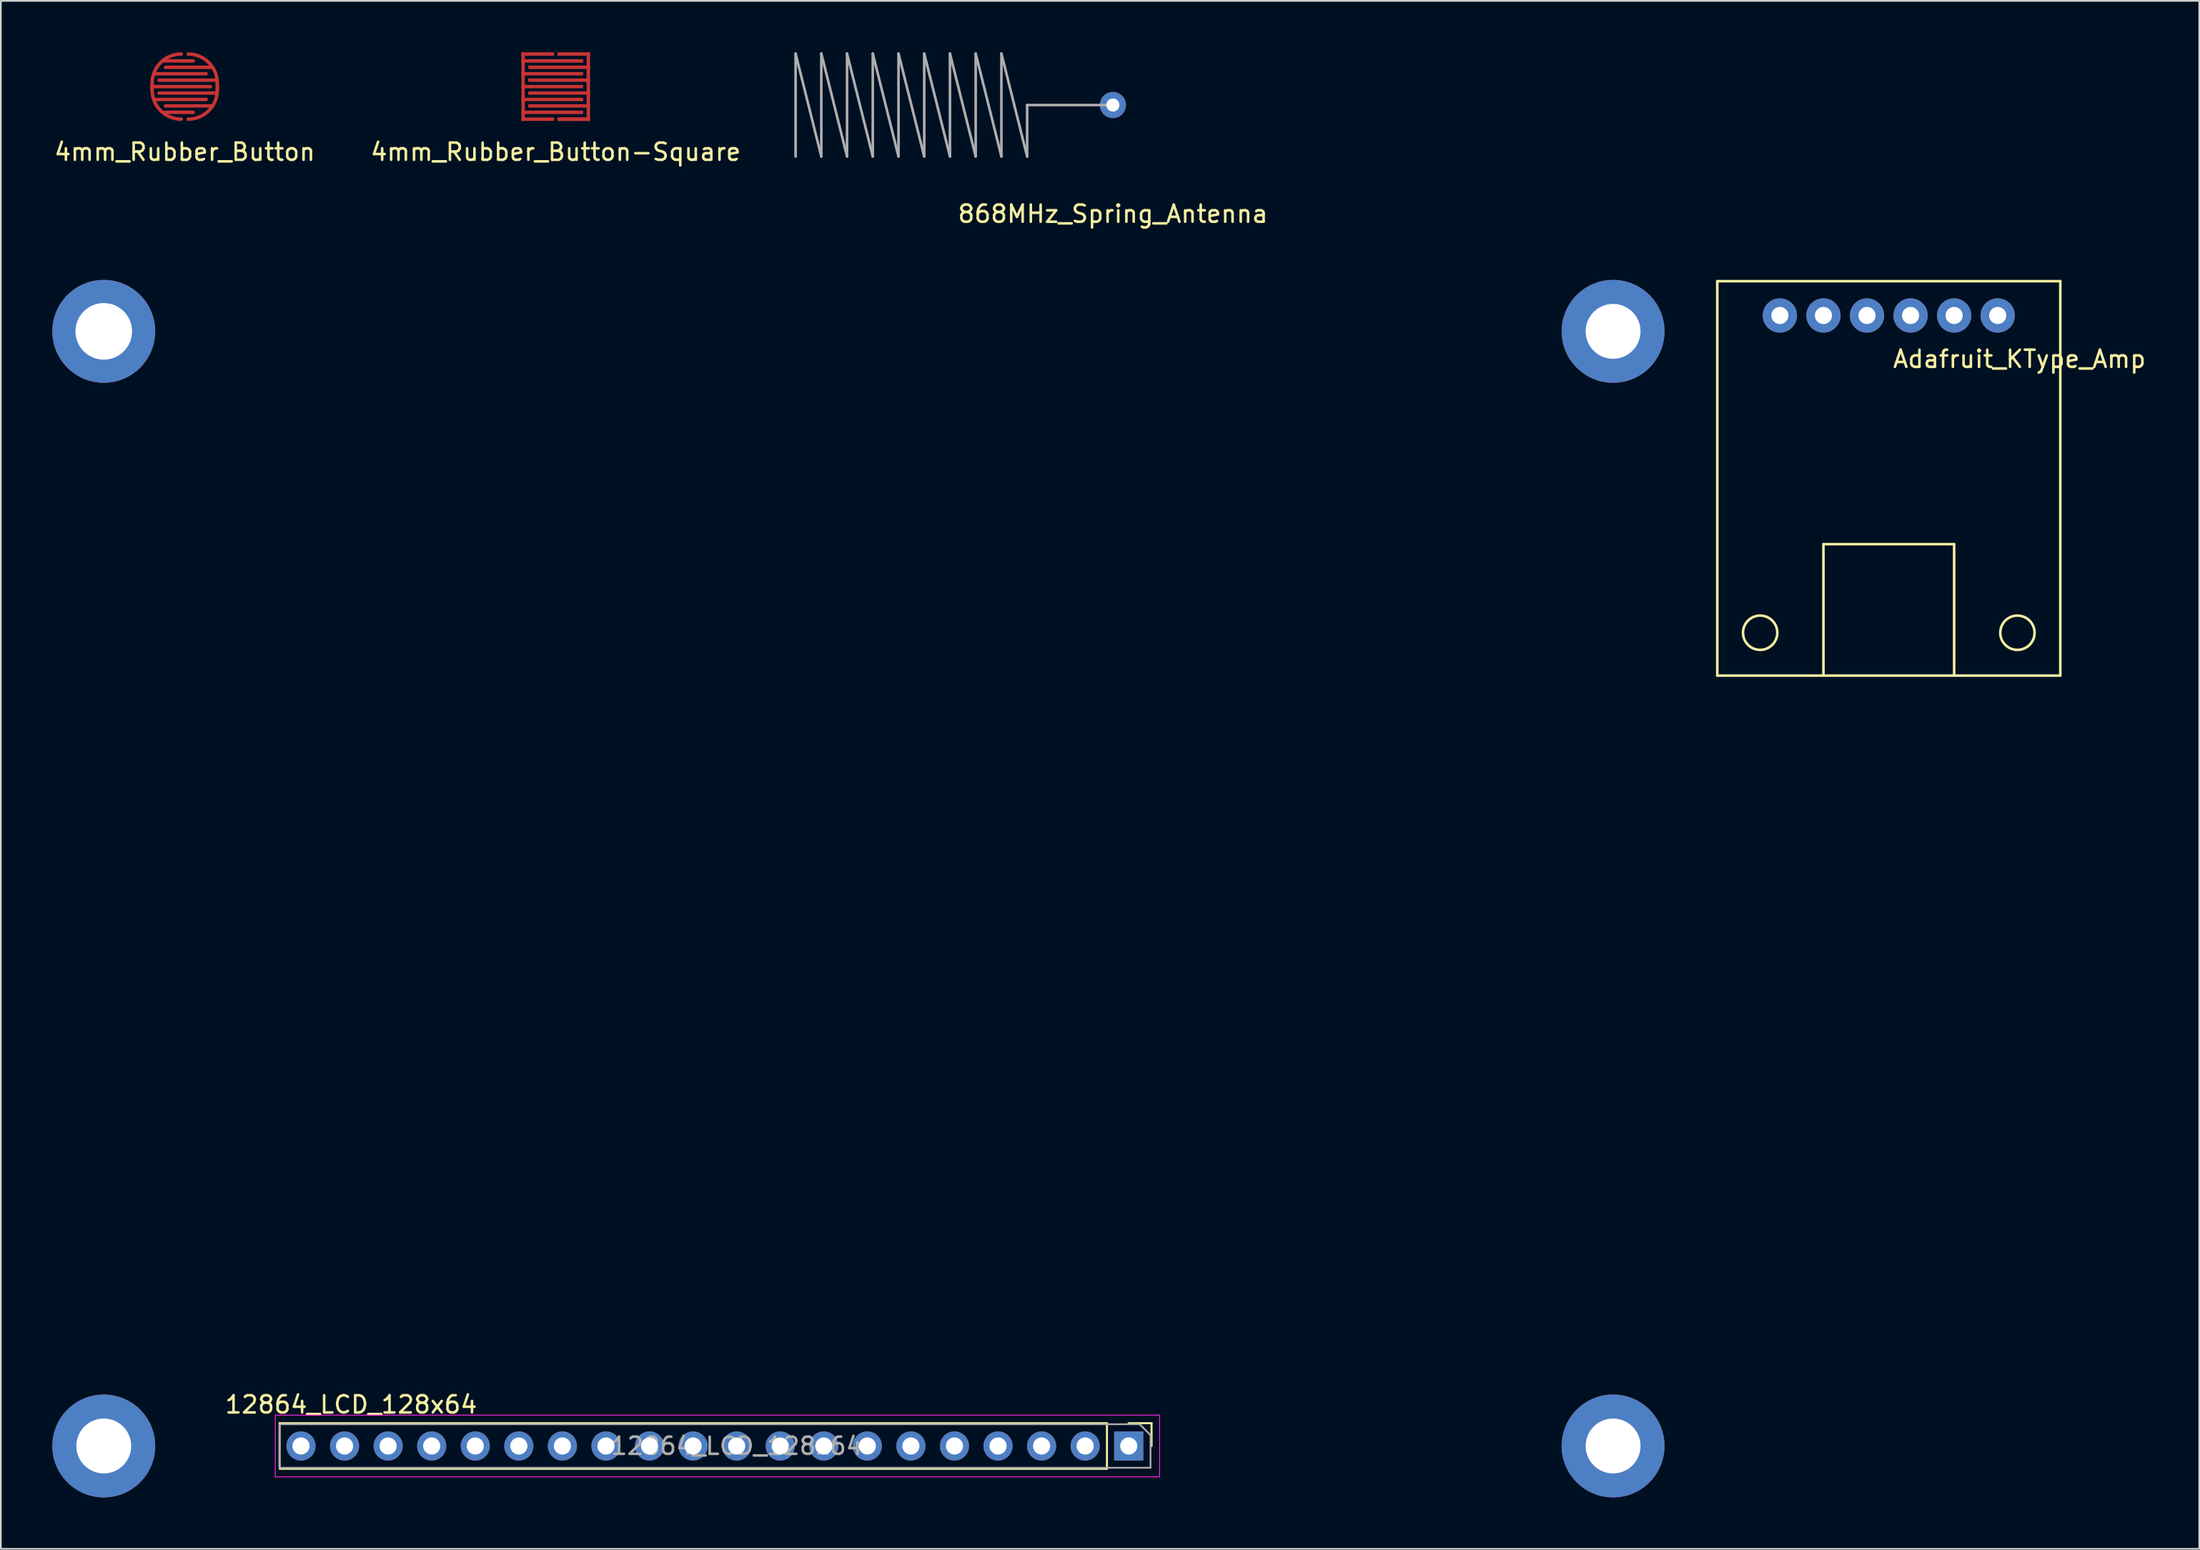
<source format=kicad_pcb>
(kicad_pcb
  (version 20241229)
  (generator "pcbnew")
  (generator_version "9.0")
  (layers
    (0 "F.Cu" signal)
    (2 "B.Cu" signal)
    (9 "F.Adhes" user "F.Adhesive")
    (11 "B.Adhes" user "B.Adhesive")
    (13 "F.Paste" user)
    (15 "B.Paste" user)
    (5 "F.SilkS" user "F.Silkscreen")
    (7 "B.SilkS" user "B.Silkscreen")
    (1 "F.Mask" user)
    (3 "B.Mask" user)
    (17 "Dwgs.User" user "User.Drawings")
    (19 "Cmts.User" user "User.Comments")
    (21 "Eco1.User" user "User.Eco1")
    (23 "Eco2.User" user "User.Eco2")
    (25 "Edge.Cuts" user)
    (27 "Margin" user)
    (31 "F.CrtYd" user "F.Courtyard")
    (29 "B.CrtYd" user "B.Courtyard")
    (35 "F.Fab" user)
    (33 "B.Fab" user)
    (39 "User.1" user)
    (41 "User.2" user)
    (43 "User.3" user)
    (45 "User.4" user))
  (footprint "Adafruit_KType_Amp"
    (layer "F.Cu")
    (at 107.075 15.348)
    (property "Reference" "Adafruit_KType_Amp" (at 7.62 2.54 0) (layer "F.SilkS") (effects (font (size 1 1) (thickness 0.15))))
    (attr through_hole)
    (fp_line (start -10 -2) (end 10 -2) (stroke (width 0.15) (type solid)) (layer "F.SilkS"))
    (fp_line (start -10 21) (end -10 -2) (stroke (width 0.15) (type solid)) (layer "F.SilkS"))
    (fp_line (start -3.81 13.335) (end 3.81 13.335) (stroke (width 0.15) (type solid)) (layer "F.SilkS"))
    (fp_line (start -3.81 20.955) (end -3.81 13.335) (stroke (width 0.15) (type solid)) (layer "F.SilkS"))
    (fp_line (start 3.81 13.335) (end 3.81 20.955) (stroke (width 0.15) (type solid)) (layer "F.SilkS"))
    (fp_line (start 10 -2) (end 10 21) (stroke (width 0.15) (type solid)) (layer "F.SilkS"))
    (fp_line (start 10 21) (end -10 21) (stroke (width 0.15) (type solid)) (layer "F.SilkS"))
    (fp_circle (center -7.5 18.5) (end -6.5 18.5) (stroke (width 0.15) (type solid)) (fill no) (layer "F.SilkS"))
    (fp_circle (center 7.5 18.5) (end 8.5 18.5) (stroke (width 0.15) (type solid)) (fill no) (layer "F.SilkS"))
    (pad "1" thru_hole circle (at -6.35 0) (size 2 2) (drill 1) (layers "*.Cu" "*.Mask"))
    (pad "2" thru_hole circle (at -3.81 0) (size 2 2) (drill 1) (layers "*.Cu" "*.Mask"))
    (pad "3" thru_hole circle (at -1.27 0) (size 2 2) (drill 1) (layers "*.Cu" "*.Mask"))
    (pad "4" thru_hole circle (at 1.27 0) (size 2 2) (drill 1) (layers "*.Cu" "*.Mask"))
    (pad "5" thru_hole circle (at 3.81 0) (size 2 2) (drill 1) (layers "*.Cu" "*.Mask"))
    (pad "6" thru_hole circle (at 6.35 0) (size 2 2) (drill 1) (layers "*.Cu" "*.Mask")))
  (footprint "868MHz_Spring_Antenna"
    (layer "F.Cu")
    (at 61.837 3.075)
    (property "Reference" "868MHz_Spring_Antenna" (at 0 6.35 0) (layer "F.SilkS") (effects (font (size 1 1) (thickness 0.15))))
    (attr through_hole)
    (fp_line (start -18.5 -3) (end -18.5 3) (stroke (width 0.15) (type solid)) (layer "F.Fab"))
    (fp_line (start -17 -3) (end -17 3) (stroke (width 0.15) (type solid)) (layer "F.Fab"))
    (fp_line (start -17 3) (end -18.5 -3) (stroke (width 0.15) (type solid)) (layer "F.Fab"))
    (fp_line (start -15.5 -3) (end -15.5 3) (stroke (width 0.15) (type solid)) (layer "F.Fab"))
    (fp_line (start -15.5 3) (end -17 -3) (stroke (width 0.15) (type solid)) (layer "F.Fab"))
    (fp_line (start -14 -3) (end -14 3) (stroke (width 0.15) (type solid)) (layer "F.Fab"))
    (fp_line (start -14 3) (end -15.5 -3) (stroke (width 0.15) (type solid)) (layer "F.Fab"))
    (fp_line (start -12.5 -3) (end -12.5 3) (stroke (width 0.15) (type solid)) (layer "F.Fab"))
    (fp_line (start -12.5 3) (end -14 -3) (stroke (width 0.15) (type solid)) (layer "F.Fab"))
    (fp_line (start -11 -3) (end -11 3) (stroke (width 0.15) (type solid)) (layer "F.Fab"))
    (fp_line (start -11 3) (end -12.5 -3) (stroke (width 0.15) (type solid)) (layer "F.Fab"))
    (fp_line (start -9.5 -3) (end -9.5 3) (stroke (width 0.15) (type solid)) (layer "F.Fab"))
    (fp_line (start -9.5 3) (end -11 -3) (stroke (width 0.15) (type solid)) (layer "F.Fab"))
    (fp_line (start -8 -3) (end -8 3) (stroke (width 0.15) (type solid)) (layer "F.Fab"))
    (fp_line (start -8 3) (end -9.5 -3) (stroke (width 0.15) (type solid)) (layer "F.Fab"))
    (fp_line (start -6.5 -3) (end -6.5 3) (stroke (width 0.15) (type solid)) (layer "F.Fab"))
    (fp_line (start -6.5 3) (end -8 -3) (stroke (width 0.15) (type solid)) (layer "F.Fab"))
    (fp_line (start -5 0) (end -5 3) (stroke (width 0.15) (type solid)) (layer "F.Fab"))
    (fp_line (start -5 0) (end 0 0) (stroke (width 0.15) (type solid)) (layer "F.Fab"))
    (fp_line (start -5 3) (end -6.5 -3) (stroke (width 0.15) (type solid)) (layer "F.Fab"))
    (pad "1" thru_hole circle (at 0 0) (size 1.524 1.524) (drill 0.762) (layers "*.Cu" "*.Mask")))
  (footprint "4mm_Rubber_Button"
    (layer "F.Cu")
    (at 7.72 2)
    (property "Reference" "4mm_Rubber_Button" (at 0 3.81 0) (layer "F.SilkS") (effects (font (size 1 1) (thickness 0.15))))
    (attr through_hole)
    (fp_line (start -1.9 0) (end 1.5 0) (stroke (width 0.2) (type solid)) (layer "F.Cu"))
    (fp_line (start -1.9 0.2) (end -1.9 -0.2) (stroke (width 0.2) (type solid)) (layer "F.Cu"))
    (fp_line (start -1.75 0.75) (end 1.25 0.75) (stroke (width 0.2) (type solid)) (layer "F.Cu"))
    (fp_line (start -1.25 -1.5) (end 0.5 -1.5) (stroke (width 0.2) (type solid)) (layer "F.Cu"))
    (fp_line (start -1.25 1.5) (end 0.5 1.5) (stroke (width 0.2) (type solid)) (layer "F.Cu"))
    (fp_line (start 1.25 -0.75) (end -1.75 -0.75) (stroke (width 0.2) (type solid)) (layer "F.Cu"))
    (fp_line (start 1.625 -1.125) (end -1.125 -1.125) (stroke (width 0.2) (type solid)) (layer "F.Cu"))
    (fp_line (start 1.625 1.125) (end -1.125 1.125) (stroke (width 0.2) (type solid)) (layer "F.Cu"))
    (fp_line (start 1.8 -0.375) (end -1.5 -0.375) (stroke (width 0.2) (type solid)) (layer "F.Cu"))
    (fp_line (start 1.8 0.375) (end -1.5 0.375) (stroke (width 0.2) (type solid)) (layer "F.Cu"))
    (fp_line (start 1.9 -0.2) (end 1.9 0.2) (stroke (width 0.2) (type solid)) (layer "F.Cu"))
    (fp_arc (start -1.9 -0.2) (mid -1.402082 -1.402082) (end -0.2 -1.9) (stroke (width 0.2) (type solid)) (layer "F.Cu"))
    (fp_arc (start -0.2 1.9) (mid -1.402082 1.402082) (end -1.9 0.2) (stroke (width 0.2) (type solid)) (layer "F.Cu"))
    (fp_arc (start 0.2 -1.9) (mid 1.402082 -1.402082) (end 1.9 -0.2) (stroke (width 0.2) (type solid)) (layer "F.Cu"))
    (fp_arc (start 1.9 0.2) (mid 1.402082 1.402082) (end 0.2 1.9) (stroke (width 0.2) (type solid)) (layer "F.Cu"))
    (fp_poly (pts (xy 0.38 -1.951) (xy 0.746 -1.838) (xy 1.09 -1.651) (xy 1.397 -1.397) (xy 1.657 -1.082) (xy 1.842 -0.736) (xy 1.953 -0.371) (xy 1.989 0.005) (xy 1.951 0.38) (xy 1.838 0.746) (xy 1.651 1.09) (xy 1.397 1.397) (xy 1.083 1.655) (xy 0.734 1.841) (xy 0.359 1.953) (xy -0.03 1.988) (xy -0.422 1.943) (xy -0.504 1.923) (xy -0.876 1.78) (xy -1.213 1.562) (xy -1.397 1.397) (xy -1.657 1.082) (xy -1.842 0.736) (xy -1.953 0.371) (xy -1.989 -0.005) (xy -1.951 -0.38) (xy -1.838 -0.746) (xy -1.651 -1.09) (xy -1.397 -1.397) (xy -1.082 -1.657) (xy -0.736 -1.842) (xy -0.371 -1.953) (xy 0.005 -1.989) (xy 0.38 -1.951)) (stroke (width 0.01) (type solid)) (fill yes) (layer "F.Mask"))
    (pad "1" smd rect (at -1.9 0) (size 0.2 0.4) (layers "F.Cu" "F.Mask" "F.Paste"))
    (pad "2" smd rect (at 1.9 0) (size 0.2 0.4) (layers "F.Cu" "F.Mask" "F.Paste")))
  (footprint "4mm_Rubber_Button-Square"
    (layer "F.Cu")
    (at 29.351 2)
    (property "Reference" "4mm_Rubber_Button-Square" (at 0 3.81 0) (layer "F.SilkS") (effects (font (size 1 1) (thickness 0.15))))
    (attr through_hole)
    (fp_poly (pts (xy 0.38 -1.951) (xy 0.746 -1.838) (xy 1.09 -1.651) (xy 1.397 -1.397) (xy 1.657 -1.082) (xy 1.842 -0.736) (xy 1.953 -0.371) (xy 1.989 0.005) (xy 1.951 0.38) (xy 1.838 0.746) (xy 1.651 1.09) (xy 1.397 1.397) (xy 1.083 1.655) (xy 0.734 1.841) (xy 0.359 1.953) (xy -0.03 1.988) (xy -0.422 1.943) (xy -0.504 1.923) (xy -0.876 1.78) (xy -1.213 1.562) (xy -1.397 1.397) (xy -1.657 1.082) (xy -1.842 0.736) (xy -1.953 0.371) (xy -1.989 -0.005) (xy -1.951 -0.38) (xy -1.838 -0.746) (xy -1.651 -1.09) (xy -1.397 -1.397) (xy -1.082 -1.657) (xy -0.736 -1.842) (xy -0.371 -1.953) (xy 0.005 -1.989) (xy 0.38 -1.951)) (stroke (width 0.01) (type solid)) (fill yes) (layer "F.Mask"))
    (pad "1" smd rect (at -1.9 0 90) (size 4 0.2) (layers "F.Cu" "F.Mask" "F.Paste"))
    (pad "1" smd rect (at -1.05 -1.9) (size 1.9 0.2) (layers "F.Cu" "F.Mask" "F.Paste"))
    (pad "1" smd rect (at -1.05 1.9) (size 1.9 0.2) (layers "F.Cu" "F.Mask" "F.Paste"))
    (pad "1" smd rect (at -0.2 -1.5) (size 3.6 0.2) (layers "F.Cu" "F.Mask" "F.Paste"))
    (pad "1" smd rect (at -0.2 -0.75) (size 3.6 0.2) (layers "F.Cu" "F.Mask" "F.Paste"))
    (pad "1" smd rect (at -0.2 0) (size 3.6 0.2) (layers "F.Cu" "F.Mask" "F.Paste"))
    (pad "1" smd rect (at -0.2 0.75) (size 3.6 0.2) (layers "F.Cu" "F.Mask" "F.Paste"))
    (pad "1" smd rect (at -0.2 1.5) (size 3.6 0.2) (layers "F.Cu" "F.Mask" "F.Paste"))
    (pad "2" smd rect (at 0.2 -1.125) (size 3.6 0.2) (layers "F.Cu" "F.Mask" "F.Paste"))
    (pad "2" smd rect (at 0.2 -0.375) (size 3.6 0.2) (layers "F.Cu" "F.Mask" "F.Paste"))
    (pad "2" smd rect (at 0.2 0.375) (size 3.6 0.2) (layers "F.Cu" "F.Mask" "F.Paste"))
    (pad "2" smd rect (at 0.2 1.125) (size 3.6 0.2) (layers "F.Cu" "F.Mask" "F.Paste"))
    (pad "2" smd rect (at 1.05 -1.9) (size 1.9 0.2) (layers "F.Cu" "F.Mask" "F.Paste"))
    (pad "2" smd rect (at 1.05 1.9) (size 1.9 0.2) (layers "F.Cu" "F.Mask" "F.Paste"))
    (pad "2" smd rect (at 1.05 1.9) (size 1.9 0.2) (layers "F.Cu" "F.Mask" "F.Paste"))
    (pad "2" smd rect (at 1.9 0 270) (size 4 0.2) (layers "F.Cu" "F.Mask" "F.Paste")))
  (footprint "12864_LCD_128x64"
    (layer "F.Cu")
    (at 47 48.773)
    (property "Reference" "12864_LCD_128x64" (at -29.579 30.087 0) (layer "F.SilkS") (effects (font (size 1 1) (thickness 0.15))))
    (attr through_hole)
    (fp_line (start -33.75 31.171) (end -33.75 33.75) (stroke (width 0.12) (type solid)) (layer "F.SilkS"))
    (fp_line (start 14.49 31.171) (end -33.75 31.171) (stroke (width 0.12) (type solid)) (layer "F.SilkS"))
    (fp_line (start 14.49 31.171) (end 14.49 33.831) (stroke (width 0.12) (type solid)) (layer "F.SilkS"))
    (fp_line (start 14.49 33.831) (end -33.74 33.831) (stroke (width 0.12) (type solid)) (layer "F.SilkS"))
    (fp_line (start 15.76 31.171) (end 17.09 31.171) (stroke (width 0.12) (type solid)) (layer "F.SilkS"))
    (fp_line (start 17.09 31.171) (end 17.09 32.501) (stroke (width 0.12) (type solid)) (layer "F.SilkS"))
    (fp_line (start -34 30.701) (end -34 34.301) (stroke (width 0.05) (type solid)) (layer "F.CrtYd"))
    (fp_line (start -34 34.301) (end 17.56 34.301) (stroke (width 0.05) (type solid)) (layer "F.CrtYd"))
    (fp_line (start 17.56 30.701) (end -34 30.701) (stroke (width 0.05) (type solid)) (layer "F.CrtYd"))
    (fp_line (start 17.56 34.301) (end 17.56 30.701) (stroke (width 0.05) (type solid)) (layer "F.CrtYd"))
    (fp_line (start -33.75 31.231) (end 16.395 31.231) (stroke (width 0.1) (type solid)) (layer "F.Fab"))
    (fp_line (start -33.75 33.75) (end -33.75 31.25) (stroke (width 0.1) (type solid)) (layer "F.Fab"))
    (fp_line (start 16.395 31.231) (end 17.03 31.866) (stroke (width 0.1) (type solid)) (layer "F.Fab"))
    (fp_line (start 17.03 31.866) (end 17.03 33.771) (stroke (width 0.1) (type solid)) (layer "F.Fab"))
    (fp_line (start 17.03 33.771) (end -33.75 33.771) (stroke (width 0.1) (type solid)) (layer "F.Fab"))
    (fp_text user "${REFERENCE}" (at -7.1 32.501 0) (layer "F.Fab") (effects (font (size 1 1) (thickness 0.15))))
    (pad "" np_thru_hole circle (at -44 -32.5 90) (size 6 6) (drill 3.3) (layers "*.Cu" "*.Mask"))
    (pad "" np_thru_hole circle (at -44 32.5 90) (size 6 6) (drill 3.2) (layers "*.Cu" "*.Mask"))
    (pad "" np_thru_hole circle (at 44 -32.5 90) (size 6 6) (drill 3.2) (layers "*.Cu" "*.Mask"))
    (pad "" np_thru_hole circle (at 44 32.5 90) (size 6 6) (drill 3.2) (layers "*.Cu" "*.Mask"))
    (pad "1" thru_hole rect (at 15.76 32.501 270) (size 1.7 1.7) (drill 1) (layers "*.Cu" "*.Mask"))
    (pad "2" thru_hole oval (at 13.22 32.501 270) (size 1.7 1.7) (drill 1) (layers "*.Cu" "*.Mask"))
    (pad "3" thru_hole oval (at 10.68 32.501 270) (size 1.7 1.7) (drill 1) (layers "*.Cu" "*.Mask"))
    (pad "4" thru_hole oval (at 8.14 32.501 270) (size 1.7 1.7) (drill 1) (layers "*.Cu" "*.Mask"))
    (pad "5" thru_hole oval (at 5.6 32.501 270) (size 1.7 1.7) (drill 1) (layers "*.Cu" "*.Mask"))
    (pad "6" thru_hole oval (at 3.06 32.501 270) (size 1.7 1.7) (drill 1) (layers "*.Cu" "*.Mask"))
    (pad "7" thru_hole oval (at 0.52 32.501 270) (size 1.7 1.7) (drill 1) (layers "*.Cu" "*.Mask"))
    (pad "8" thru_hole oval (at -2.02 32.501 270) (size 1.7 1.7) (drill 1) (layers "*.Cu" "*.Mask"))
    (pad "9" thru_hole oval (at -4.56 32.501 270) (size 1.7 1.7) (drill 1) (layers "*.Cu" "*.Mask"))
    (pad "10" thru_hole oval (at -7.1 32.501 270) (size 1.7 1.7) (drill 1) (layers "*.Cu" "*.Mask"))
    (pad "11" thru_hole oval (at -9.64 32.501 270) (size 1.7 1.7) (drill 1) (layers "*.Cu" "*.Mask"))
    (pad "12" thru_hole oval (at -12.18 32.501 270) (size 1.7 1.7) (drill 1) (layers "*.Cu" "*.Mask"))
    (pad "13" thru_hole oval (at -14.72 32.501 270) (size 1.7 1.7) (drill 1) (layers "*.Cu" "*.Mask"))
    (pad "14" thru_hole oval (at -17.26 32.501 270) (size 1.7 1.7) (drill 1) (layers "*.Cu" "*.Mask"))
    (pad "15" thru_hole oval (at -19.8 32.501 270) (size 1.7 1.7) (drill 1) (layers "*.Cu" "*.Mask"))
    (pad "16" thru_hole oval (at -22.34 32.501 270) (size 1.7 1.7) (drill 1) (layers "*.Cu" "*.Mask"))
    (pad "17" thru_hole oval (at -24.88 32.501 270) (size 1.7 1.7) (drill 1) (layers "*.Cu" "*.Mask"))
    (pad "18" thru_hole oval (at -27.42 32.501 270) (size 1.7 1.7) (drill 1) (layers "*.Cu" "*.Mask"))
    (pad "19" thru_hole oval (at -29.96 32.501 270) (size 1.7 1.7) (drill 1) (layers "*.Cu" "*.Mask"))
    (pad "20" thru_hole oval (at -32.5 32.5 270) (size 1.7 1.7) (drill 1) (layers "*.Cu" "*.Mask")))
  (gr_rect
    (start -3 -3)
    (end 125.177 87.273)
    (stroke (width 0.1) (type default))
    (fill no)
    (layer "Edge.Cuts")))
</source>
